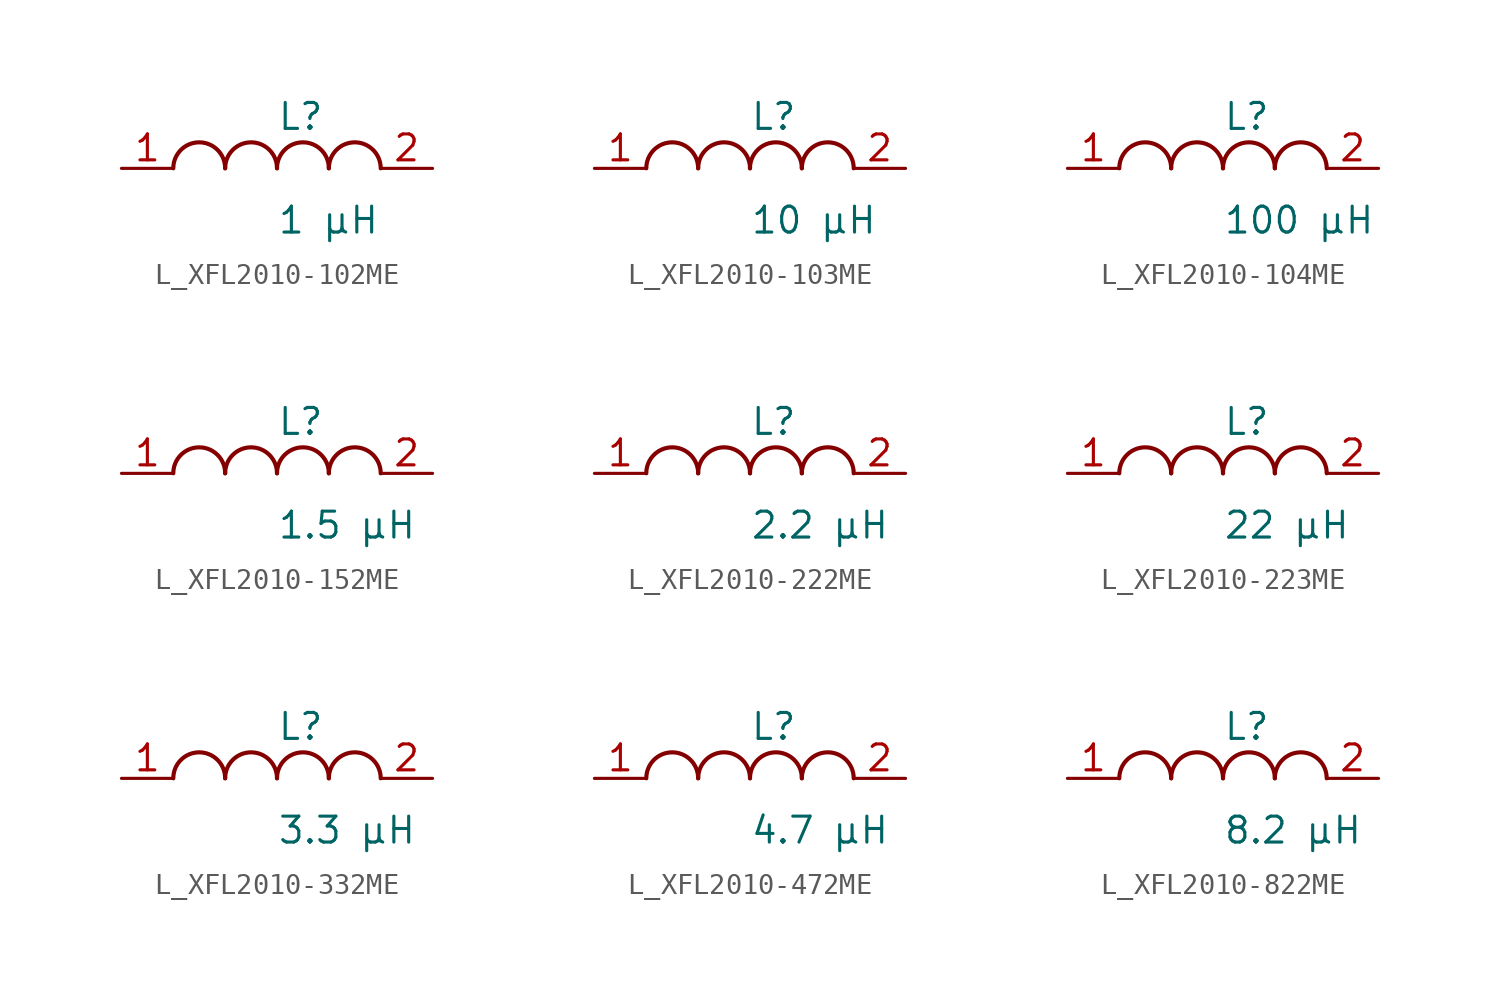
<source format=kicad_sym>
(kicad_symbol_lib
  (version 20231120)
  (generator kicad_symbol_editor)
  (generator_version 8.0)
  (symbol "L_XFL2010-102ME"
    (pin_names
      (offset 0.254))
    (property "Reference" "L"
      (at 0 2.54 0)
      (effects (font (size 1.27 1.27)) (justify left)))
    (property "Value" "1 µH"
      (at 0 -2.54 0)
      (effects (font (size 1.27 1.27)) (justify left)))
    (symbol "L_XFL2010-102ME_1_1"
      (arc (start -2.54 0.0056) (mid -3.81 1.27) (end -5.08 0.0056) (stroke (width 0.2032) (type default)) (fill (type none)))
      (arc (start 0 0.0056) (mid -1.27 1.27) (end -2.54 0.0056) (stroke (width 0.2032) (type default)) (fill (type none)))
      (arc (start 2.54 0.0056) (mid 1.27 1.27) (end 0 0.0056) (stroke (width 0.2032) (type default)) (fill (type none)))
      (arc (start 5.08 0.0056) (mid 3.81 1.27) (end 2.54 0.0056) (stroke (width 0.2032) (type default)) (fill (type none)))
      (pin unspecified line (at -7.62 0 0) (length 2.54) (name "" (effects (font (size 1.27 1.27)))) (number "1" (effects (font (size 1.27 1.27)))))
      (pin unspecified line (at 7.62 0 180) (length 2.54) (name "" (effects (font (size 1.27 1.27)))) (number "2" (effects (font (size 1.27 1.27)))))))
  (symbol "L_XFL2010-103ME"
    (pin_names
      (offset 0.254))
    (property "Reference" "L"
      (at 0 2.54 0)
      (effects (font (size 1.27 1.27)) (justify left)))
    (property "Value" "10 µH"
      (at 0 -2.54 0)
      (effects (font (size 1.27 1.27)) (justify left)))
    (symbol "L_XFL2010-103ME_1_1"
      (arc (start -2.54 0.0056) (mid -3.81 1.27) (end -5.08 0.0056) (stroke (width 0.2032) (type default)) (fill (type none)))
      (arc (start 0 0.0056) (mid -1.27 1.27) (end -2.54 0.0056) (stroke (width 0.2032) (type default)) (fill (type none)))
      (arc (start 2.54 0.0056) (mid 1.27 1.27) (end 0 0.0056) (stroke (width 0.2032) (type default)) (fill (type none)))
      (arc (start 5.08 0.0056) (mid 3.81 1.27) (end 2.54 0.0056) (stroke (width 0.2032) (type default)) (fill (type none)))
      (pin unspecified line (at -7.62 0 0) (length 2.54) (name "" (effects (font (size 1.27 1.27)))) (number "1" (effects (font (size 1.27 1.27)))))
      (pin unspecified line (at 7.62 0 180) (length 2.54) (name "" (effects (font (size 1.27 1.27)))) (number "2" (effects (font (size 1.27 1.27)))))))
  (symbol "L_XFL2010-104ME"
    (pin_names
      (offset 0.254))
    (property "Reference" "L"
      (at 0 2.54 0)
      (effects (font (size 1.27 1.27)) (justify left)))
    (property "Value" "100 µH"
      (at 0 -2.54 0)
      (effects (font (size 1.27 1.27)) (justify left)))
    (symbol "L_XFL2010-104ME_1_1"
      (arc (start -2.54 0.0056) (mid -3.81 1.27) (end -5.08 0.0056) (stroke (width 0.2032) (type default)) (fill (type none)))
      (arc (start 0 0.0056) (mid -1.27 1.27) (end -2.54 0.0056) (stroke (width 0.2032) (type default)) (fill (type none)))
      (arc (start 2.54 0.0056) (mid 1.27 1.27) (end 0 0.0056) (stroke (width 0.2032) (type default)) (fill (type none)))
      (arc (start 5.08 0.0056) (mid 3.81 1.27) (end 2.54 0.0056) (stroke (width 0.2032) (type default)) (fill (type none)))
      (pin unspecified line (at -7.62 0 0) (length 2.54) (name "" (effects (font (size 1.27 1.27)))) (number "1" (effects (font (size 1.27 1.27)))))
      (pin unspecified line (at 7.62 0 180) (length 2.54) (name "" (effects (font (size 1.27 1.27)))) (number "2" (effects (font (size 1.27 1.27)))))))
  (symbol "L_XFL2010-152ME"
    (pin_names
      (offset 0.254))
    (property "Reference" "L"
      (at 0 2.54 0)
      (effects (font (size 1.27 1.27)) (justify left)))
    (property "Value" "1.5 µH"
      (at 0 -2.54 0)
      (effects (font (size 1.27 1.27)) (justify left)))
    (symbol "L_XFL2010-152ME_1_1"
      (arc (start -2.54 0.0056) (mid -3.81 1.27) (end -5.08 0.0056) (stroke (width 0.2032) (type default)) (fill (type none)))
      (arc (start 0 0.0056) (mid -1.27 1.27) (end -2.54 0.0056) (stroke (width 0.2032) (type default)) (fill (type none)))
      (arc (start 2.54 0.0056) (mid 1.27 1.27) (end 0 0.0056) (stroke (width 0.2032) (type default)) (fill (type none)))
      (arc (start 5.08 0.0056) (mid 3.81 1.27) (end 2.54 0.0056) (stroke (width 0.2032) (type default)) (fill (type none)))
      (pin unspecified line (at -7.62 0 0) (length 2.54) (name "" (effects (font (size 1.27 1.27)))) (number "1" (effects (font (size 1.27 1.27)))))
      (pin unspecified line (at 7.62 0 180) (length 2.54) (name "" (effects (font (size 1.27 1.27)))) (number "2" (effects (font (size 1.27 1.27)))))))
  (symbol "L_XFL2010-222ME"
    (pin_names
      (offset 0.254))
    (property "Reference" "L"
      (at 0 2.54 0)
      (effects (font (size 1.27 1.27)) (justify left)))
    (property "Value" "2.2 µH"
      (at 0 -2.54 0)
      (effects (font (size 1.27 1.27)) (justify left)))
    (symbol "L_XFL2010-222ME_1_1"
      (arc (start -2.54 0.0056) (mid -3.81 1.27) (end -5.08 0.0056) (stroke (width 0.2032) (type default)) (fill (type none)))
      (arc (start 0 0.0056) (mid -1.27 1.27) (end -2.54 0.0056) (stroke (width 0.2032) (type default)) (fill (type none)))
      (arc (start 2.54 0.0056) (mid 1.27 1.27) (end 0 0.0056) (stroke (width 0.2032) (type default)) (fill (type none)))
      (arc (start 5.08 0.0056) (mid 3.81 1.27) (end 2.54 0.0056) (stroke (width 0.2032) (type default)) (fill (type none)))
      (pin unspecified line (at -7.62 0 0) (length 2.54) (name "" (effects (font (size 1.27 1.27)))) (number "1" (effects (font (size 1.27 1.27)))))
      (pin unspecified line (at 7.62 0 180) (length 2.54) (name "" (effects (font (size 1.27 1.27)))) (number "2" (effects (font (size 1.27 1.27)))))))
  (symbol "L_XFL2010-223ME"
    (pin_names
      (offset 0.254))
    (property "Reference" "L"
      (at 0 2.54 0)
      (effects (font (size 1.27 1.27)) (justify left)))
    (property "Value" "22 µH"
      (at 0 -2.54 0)
      (effects (font (size 1.27 1.27)) (justify left)))
    (symbol "L_XFL2010-223ME_1_1"
      (arc (start -2.54 0.0056) (mid -3.81 1.27) (end -5.08 0.0056) (stroke (width 0.2032) (type default)) (fill (type none)))
      (arc (start 0 0.0056) (mid -1.27 1.27) (end -2.54 0.0056) (stroke (width 0.2032) (type default)) (fill (type none)))
      (arc (start 2.54 0.0056) (mid 1.27 1.27) (end 0 0.0056) (stroke (width 0.2032) (type default)) (fill (type none)))
      (arc (start 5.08 0.0056) (mid 3.81 1.27) (end 2.54 0.0056) (stroke (width 0.2032) (type default)) (fill (type none)))
      (pin unspecified line (at -7.62 0 0) (length 2.54) (name "" (effects (font (size 1.27 1.27)))) (number "1" (effects (font (size 1.27 1.27)))))
      (pin unspecified line (at 7.62 0 180) (length 2.54) (name "" (effects (font (size 1.27 1.27)))) (number "2" (effects (font (size 1.27 1.27)))))))
  (symbol "L_XFL2010-332ME"
    (pin_names
      (offset 0.254))
    (property "Reference" "L"
      (at 0 2.54 0)
      (effects (font (size 1.27 1.27)) (justify left)))
    (property "Value" "3.3 µH"
      (at 0 -2.54 0)
      (effects (font (size 1.27 1.27)) (justify left)))
    (symbol "L_XFL2010-332ME_1_1"
      (arc (start -2.54 0.0056) (mid -3.81 1.27) (end -5.08 0.0056) (stroke (width 0.2032) (type default)) (fill (type none)))
      (arc (start 0 0.0056) (mid -1.27 1.27) (end -2.54 0.0056) (stroke (width 0.2032) (type default)) (fill (type none)))
      (arc (start 2.54 0.0056) (mid 1.27 1.27) (end 0 0.0056) (stroke (width 0.2032) (type default)) (fill (type none)))
      (arc (start 5.08 0.0056) (mid 3.81 1.27) (end 2.54 0.0056) (stroke (width 0.2032) (type default)) (fill (type none)))
      (pin unspecified line (at -7.62 0 0) (length 2.54) (name "" (effects (font (size 1.27 1.27)))) (number "1" (effects (font (size 1.27 1.27)))))
      (pin unspecified line (at 7.62 0 180) (length 2.54) (name "" (effects (font (size 1.27 1.27)))) (number "2" (effects (font (size 1.27 1.27)))))))
  (symbol "L_XFL2010-472ME"
    (pin_names
      (offset 0.254))
    (property "Reference" "L"
      (at 0 2.54 0)
      (effects (font (size 1.27 1.27)) (justify left)))
    (property "Value" "4.7 µH"
      (at 0 -2.54 0)
      (effects (font (size 1.27 1.27)) (justify left)))
    (symbol "L_XFL2010-472ME_1_1"
      (arc (start -2.54 0.0056) (mid -3.81 1.27) (end -5.08 0.0056) (stroke (width 0.2032) (type default)) (fill (type none)))
      (arc (start 0 0.0056) (mid -1.27 1.27) (end -2.54 0.0056) (stroke (width 0.2032) (type default)) (fill (type none)))
      (arc (start 2.54 0.0056) (mid 1.27 1.27) (end 0 0.0056) (stroke (width 0.2032) (type default)) (fill (type none)))
      (arc (start 5.08 0.0056) (mid 3.81 1.27) (end 2.54 0.0056) (stroke (width 0.2032) (type default)) (fill (type none)))
      (pin unspecified line (at -7.62 0 0) (length 2.54) (name "" (effects (font (size 1.27 1.27)))) (number "1" (effects (font (size 1.27 1.27)))))
      (pin unspecified line (at 7.62 0 180) (length 2.54) (name "" (effects (font (size 1.27 1.27)))) (number "2" (effects (font (size 1.27 1.27)))))))
  (symbol "L_XFL2010-822ME"
    (pin_names
      (offset 0.254))
    (property "Reference" "L"
      (at 0 2.54 0)
      (effects (font (size 1.27 1.27)) (justify left)))
    (property "Value" "8.2 µH"
      (at 0 -2.54 0)
      (effects (font (size 1.27 1.27)) (justify left)))
    (symbol "L_XFL2010-822ME_1_1"
      (arc (start -2.54 0.0056) (mid -3.81 1.27) (end -5.08 0.0056) (stroke (width 0.2032) (type default)) (fill (type none)))
      (arc (start 0 0.0056) (mid -1.27 1.27) (end -2.54 0.0056) (stroke (width 0.2032) (type default)) (fill (type none)))
      (arc (start 2.54 0.0056) (mid 1.27 1.27) (end 0 0.0056) (stroke (width 0.2032) (type default)) (fill (type none)))
      (arc (start 5.08 0.0056) (mid 3.81 1.27) (end 2.54 0.0056) (stroke (width 0.2032) (type default)) (fill (type none)))
      (pin unspecified line (at -7.62 0 0) (length 2.54) (name "" (effects (font (size 1.27 1.27)))) (number "1" (effects (font (size 1.27 1.27)))))
      (pin unspecified line (at 7.62 0 180) (length 2.54) (name "" (effects (font (size 1.27 1.27)))) (number "2" (effects (font (size 1.27 1.27))))))))
</source>
